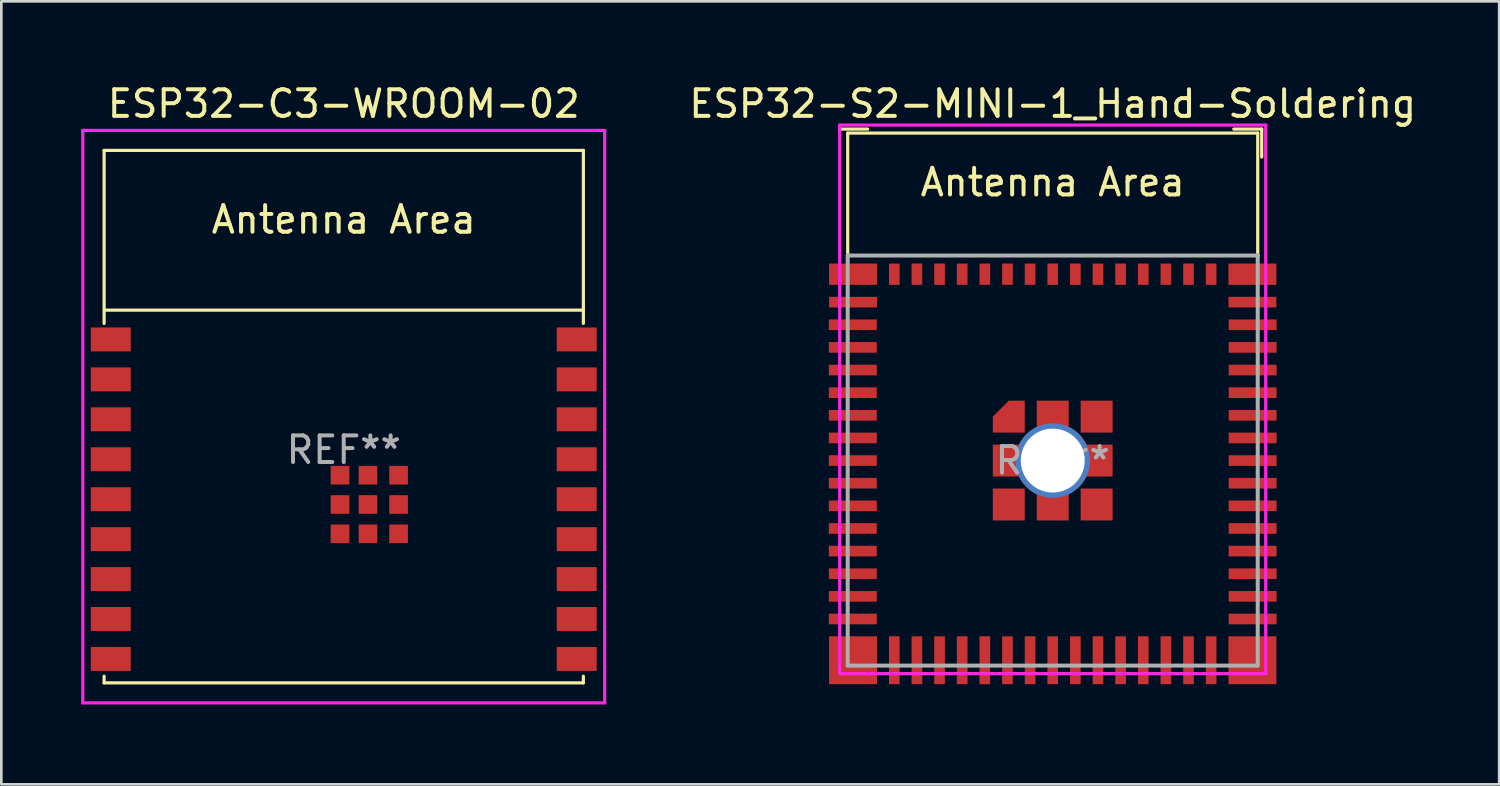
<source format=kicad_pcb>
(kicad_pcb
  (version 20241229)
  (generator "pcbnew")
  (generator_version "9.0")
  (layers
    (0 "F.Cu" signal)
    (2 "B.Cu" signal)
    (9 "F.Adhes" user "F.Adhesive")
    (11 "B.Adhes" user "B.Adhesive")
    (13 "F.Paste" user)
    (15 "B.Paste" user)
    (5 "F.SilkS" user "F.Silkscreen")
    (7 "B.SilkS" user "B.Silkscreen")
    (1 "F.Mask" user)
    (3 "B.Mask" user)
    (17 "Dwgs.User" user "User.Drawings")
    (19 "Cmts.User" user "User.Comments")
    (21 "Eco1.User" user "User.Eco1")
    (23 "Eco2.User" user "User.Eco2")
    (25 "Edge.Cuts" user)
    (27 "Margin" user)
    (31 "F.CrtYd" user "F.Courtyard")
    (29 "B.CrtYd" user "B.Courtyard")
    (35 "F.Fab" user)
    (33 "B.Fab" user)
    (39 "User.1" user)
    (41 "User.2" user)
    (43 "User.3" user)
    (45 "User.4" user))
  (footprint "ESP32-C3-WROOM-02"
    (layer "F.Cu")
    (at 9.86 13.848)
    (property "Reference" "ESP32-C3-WROOM-02" (at 0 -13 0) (layer "F.SilkS") (effects (font (size 1 1) (thickness 0.15))))
    (attr smd)
    (fp_line (start -9 -11.25) (end -9 -4.75) (stroke (width 0.12) (type solid)) (layer "F.SilkS"))
    (fp_line (start -9 -11.25) (end 9 -11.25) (stroke (width 0.12) (type solid)) (layer "F.SilkS"))
    (fp_line (start -9 8.75) (end -9 8.5) (stroke (width 0.12) (type solid)) (layer "F.SilkS"))
    (fp_line (start 9 -11.25) (end 9 -4.75) (stroke (width 0.12) (type solid)) (layer "F.SilkS"))
    (fp_line (start 9 -5.25) (end -8.95 -5.25) (stroke (width 0.12) (type solid)) (layer "F.SilkS"))
    (fp_line (start 9 8.5) (end 9 8.75) (stroke (width 0.12) (type solid)) (layer "F.SilkS"))
    (fp_line (start 9 8.75) (end -9 8.75) (stroke (width 0.12) (type solid)) (layer "F.SilkS"))
    (fp_line (start -9 -11.25) (end 9 -11.25) (stroke (width 0.12) (type solid)) (layer "Eco2.User"))
    (fp_line (start -9 -5.25) (end 9 -5.25) (stroke (width 0.12) (type solid)) (layer "Eco2.User"))
    (fp_line (start -9 8.75) (end -9 -11.25) (stroke (width 0.12) (type solid)) (layer "Eco2.User"))
    (fp_line (start 9 -11.25) (end 9 8.75) (stroke (width 0.12) (type solid)) (layer "Eco2.User"))
    (fp_line (start 9 8.75) (end -9 8.75) (stroke (width 0.12) (type solid)) (layer "Eco2.User"))
    (fp_line (start -9.8 -12) (end -9.8 9.5) (stroke (width 0.12) (type solid)) (layer "F.CrtYd"))
    (fp_line (start 9.8 -12) (end -9.8 -12) (stroke (width 0.12) (type solid)) (layer "F.CrtYd"))
    (fp_line (start 9.8 9.5) (end -9.8 9.5) (stroke (width 0.12) (type solid)) (layer "F.CrtYd"))
    (fp_line (start 9.8 9.5) (end 9.8 -12) (stroke (width 0.12) (type solid)) (layer "F.CrtYd"))
    (fp_text user "Antenna Area" (at 0 -8.65 0) (layer "F.SilkS") (effects (font (size 1 1) (thickness 0.15))))
    (fp_text user "Antenna Area" (at 0 -8.65 0) (layer "Eco2.User") (effects (font (size 1 1) (thickness 0.15))))
    (fp_text user "REF**" (at 0 0 0) (layer "F.Fab") (effects (font (size 1 1) (thickness 0.15))))
    (pad "1" smd rect (at -8.75 -4.15) (size 1.5 0.9) (layers "F.Cu" "F.Mask" "F.Paste"))
    (pad "2" smd rect (at -8.75 -2.65) (size 1.5 0.9) (layers "F.Cu" "F.Mask" "F.Paste"))
    (pad "3" smd rect (at -8.75 -1.15) (size 1.5 0.9) (layers "F.Cu" "F.Mask" "F.Paste"))
    (pad "4" smd rect (at -8.75 0.35) (size 1.5 0.9) (layers "F.Cu" "F.Mask" "F.Paste"))
    (pad "5" smd rect (at -8.75 1.85) (size 1.5 0.9) (layers "F.Cu" "F.Mask" "F.Paste"))
    (pad "6" smd rect (at -8.75 3.35) (size 1.5 0.9) (layers "F.Cu" "F.Mask" "F.Paste"))
    (pad "7" smd rect (at -8.75 4.85) (size 1.5 0.9) (layers "F.Cu" "F.Mask" "F.Paste"))
    (pad "8" smd rect (at -8.75 6.35) (size 1.5 0.9) (layers "F.Cu" "F.Mask" "F.Paste"))
    (pad "9" smd rect (at -8.75 7.85) (size 1.5 0.9) (layers "F.Cu" "F.Mask" "F.Paste"))
    (pad "10" smd rect (at 8.75 7.85 180) (size 1.5 0.9) (layers "F.Cu" "F.Mask" "F.Paste"))
    (pad "11" smd rect (at 8.75 6.35 180) (size 1.5 0.9) (layers "F.Cu" "F.Mask" "F.Paste"))
    (pad "12" smd rect (at 8.75 4.85 180) (size 1.5 0.9) (layers "F.Cu" "F.Mask" "F.Paste"))
    (pad "13" smd rect (at 8.75 3.35 180) (size 1.5 0.9) (layers "F.Cu" "F.Mask" "F.Paste"))
    (pad "14" smd rect (at 8.75 1.85 180) (size 1.5 0.9) (layers "F.Cu" "F.Mask" "F.Paste"))
    (pad "15" smd rect (at 8.75 0.35 180) (size 1.5 0.9) (layers "F.Cu" "F.Mask" "F.Paste"))
    (pad "16" smd rect (at 8.75 -1.15 180) (size 1.5 0.9) (layers "F.Cu" "F.Mask" "F.Paste"))
    (pad "17" smd rect (at 8.75 -2.65 180) (size 1.5 0.9) (layers "F.Cu" "F.Mask" "F.Paste"))
    (pad "18" smd rect (at 8.75 -4.15 180) (size 1.5 0.9) (layers "F.Cu" "F.Mask" "F.Paste"))
    (pad "19" smd rect (at -0.14 0.95 180) (size 0.7 0.7) (layers "F.Cu" "F.Mask" "F.Paste"))
    (pad "19" smd rect (at -0.14 2.05 180) (size 0.7 0.7) (layers "F.Cu" "F.Mask" "F.Paste"))
    (pad "19" smd rect (at -0.14 3.15 180) (size 0.7 0.7) (layers "F.Cu" "F.Mask" "F.Paste"))
    (pad "19" smd rect (at 0.91 0.95 180) (size 0.7 0.7) (layers "F.Cu" "F.Mask" "F.Paste"))
    (pad "19" smd rect (at 0.91 2.05 180) (size 0.7 0.7) (layers "F.Cu" "F.Mask" "F.Paste"))
    (pad "19" smd rect (at 0.91 3.15 180) (size 0.7 0.7) (layers "F.Cu" "F.Mask" "F.Paste"))
    (pad "19" smd rect (at 2.06 0.95 180) (size 0.7 0.7) (layers "F.Cu" "F.Mask" "F.Paste"))
    (pad "19" smd rect (at 2.06 2.05 180) (size 0.7 0.7) (layers "F.Cu" "F.Mask" "F.Paste"))
    (pad "19" smd rect (at 2.06 3.15 180) (size 0.7 0.7) (layers "F.Cu" "F.Mask" "F.Paste")))
  (footprint "ESP32-S2-MINI-1_Hand-Soldering"
    (layer "F.Cu")
    (at 36.488 14.248)
    (property "Reference" "ESP32-S2-MINI-1_Hand-Soldering" (at 0 -13.4 0) (layer "F.SilkS") (effects (font (size 1 1) (thickness 0.15))))
    (attr smd)
    (fp_line (start -8 -12.45) (end -6.95 -12.45) (stroke (width 0.12) (type solid)) (layer "F.SilkS"))
    (fp_line (start -7.7 -12.3) (end -7.7 -7.7) (stroke (width 0.12) (type solid)) (layer "F.SilkS"))
    (fp_line (start -7.7 -12.3) (end 7.7 -12.3) (stroke (width 0.12) (type solid)) (layer "F.SilkS"))
    (fp_line (start 6.8 -12.45) (end 7.85 -12.45) (stroke (width 0.12) (type solid)) (layer "F.SilkS"))
    (fp_line (start 7.7 -12.3) (end 7.7 -7.7) (stroke (width 0.12) (type solid)) (layer "F.SilkS"))
    (fp_line (start 7.85 -12.45) (end 7.85 -11.4) (stroke (width 0.12) (type solid)) (layer "F.SilkS"))
    (fp_line (start -8 -12.6) (end -8 8) (stroke (width 0.12) (type solid)) (layer "F.CrtYd"))
    (fp_line (start -8 8) (end 8 8) (stroke (width 0.12) (type solid)) (layer "F.CrtYd"))
    (fp_line (start 8 -12.6) (end -8 -12.6) (stroke (width 0.12) (type solid)) (layer "F.CrtYd"))
    (fp_line (start 8 8) (end 8 -12.6) (stroke (width 0.12) (type solid)) (layer "F.CrtYd"))
    (fp_line (start -7.7 -7.7) (end -7.7 7.7) (stroke (width 0.15) (type solid)) (layer "F.Fab"))
    (fp_line (start -7.7 7.7) (end 7.7 7.7) (stroke (width 0.15) (type solid)) (layer "F.Fab"))
    (fp_line (start 7.7 -7.7) (end -7.7 -7.7) (stroke (width 0.15) (type solid)) (layer "F.Fab"))
    (fp_line (start 7.7 7.7) (end 7.7 -7.7) (stroke (width 0.15) (type solid)) (layer "F.Fab"))
    (fp_text user "Antenna Area" (at 0 -10.45 0) (layer "F.SilkS") (effects (font (size 1 1) (thickness 0.15))))
    (fp_text user "REF**" (at 0 0 0) (layer "F.Fab") (effects (font (size 1 1) (thickness 0.15))))
    (pad "1" smd rect (at -7.5 -5.95 90) (size 0.4 1.8) (layers "F.Cu" "F.Mask" "F.Paste"))
    (pad "2" smd rect (at -7.508 -5.1 90) (size 0.4 1.8) (layers "F.Cu" "F.Mask" "F.Paste"))
    (pad "3" smd rect (at -7.508 -4.25 90) (size 0.4 1.8) (layers "F.Cu" "F.Mask" "F.Paste"))
    (pad "4" smd rect (at -7.508 -3.4 90) (size 0.4 1.8) (layers "F.Cu" "F.Mask" "F.Paste"))
    (pad "5" smd rect (at -7.508 -2.55 90) (size 0.4 1.8) (layers "F.Cu" "F.Mask" "F.Paste"))
    (pad "6" smd rect (at -7.508 -1.7 90) (size 0.4 1.8) (layers "F.Cu" "F.Mask" "F.Paste"))
    (pad "7" smd rect (at -7.508 -0.85 90) (size 0.4 1.8) (layers "F.Cu" "F.Mask" "F.Paste"))
    (pad "8" smd rect (at -7.508 0 90) (size 0.4 1.8) (layers "F.Cu" "F.Mask" "F.Paste"))
    (pad "9" smd rect (at -7.508 0.85 90) (size 0.4 1.8) (layers "F.Cu" "F.Mask" "F.Paste"))
    (pad "10" smd rect (at -7.508 1.7 90) (size 0.4 1.8) (layers "F.Cu" "F.Mask" "F.Paste"))
    (pad "11" smd rect (at -7.508 2.55 90) (size 0.4 1.8) (layers "F.Cu" "F.Mask" "F.Paste"))
    (pad "12" smd rect (at -7.508 3.4 90) (size 0.4 1.8) (layers "F.Cu" "F.Mask" "F.Paste"))
    (pad "13" smd rect (at -7.508 4.25 90) (size 0.4 1.8) (layers "F.Cu" "F.Mask" "F.Paste"))
    (pad "14" smd rect (at -7.508 5.1 90) (size 0.4 1.8) (layers "F.Cu" "F.Mask" "F.Paste"))
    (pad "15" smd rect (at -7.508 5.95 90) (size 0.4 1.8) (layers "F.Cu" "F.Mask" "F.Paste"))
    (pad "16" smd rect (at -5.95 7.5) (size 0.4 1.8) (layers "F.Cu" "F.Mask" "F.Paste"))
    (pad "17" smd rect (at -5.1 7.5) (size 0.4 1.8) (layers "F.Cu" "F.Mask" "F.Paste"))
    (pad "18" smd rect (at -4.25 7.5) (size 0.4 1.8) (layers "F.Cu" "F.Mask" "F.Paste"))
    (pad "19" smd rect (at -3.4 7.5) (size 0.4 1.8) (layers "F.Cu" "F.Mask" "F.Paste"))
    (pad "20" smd rect (at -2.55 7.5) (size 0.4 1.8) (layers "F.Cu" "F.Mask" "F.Paste"))
    (pad "21" smd rect (at -1.7 7.5) (size 0.4 1.8) (layers "F.Cu" "F.Mask" "F.Paste"))
    (pad "22" smd rect (at -0.85 7.5) (size 0.4 1.8) (layers "F.Cu" "F.Mask" "F.Paste"))
    (pad "23" smd rect (at 0 7.5) (size 0.4 1.8) (layers "F.Cu" "F.Mask" "F.Paste"))
    (pad "24" smd rect (at 0.85 7.5) (size 0.4 1.8) (layers "F.Cu" "F.Mask" "F.Paste"))
    (pad "25" smd rect (at 1.7 7.5) (size 0.4 1.8) (layers "F.Cu" "F.Mask" "F.Paste"))
    (pad "26" smd rect (at 2.55 7.5) (size 0.4 1.8) (layers "F.Cu" "F.Mask" "F.Paste"))
    (pad "27" smd rect (at 3.4 7.5) (size 0.4 1.8) (layers "F.Cu" "F.Mask" "F.Paste"))
    (pad "28" smd rect (at 4.25 7.5) (size 0.4 1.8) (layers "F.Cu" "F.Mask" "F.Paste"))
    (pad "29" smd rect (at 5.1 7.5) (size 0.4 1.8) (layers "F.Cu" "F.Mask" "F.Paste"))
    (pad "30" smd rect (at 5.95 7.5) (size 0.4 1.8) (layers "F.Cu" "F.Mask" "F.Paste"))
    (pad "31" smd rect (at 7.508 5.95 90) (size 0.4 1.8) (layers "F.Cu" "F.Mask" "F.Paste"))
    (pad "32" smd rect (at 7.508 5.1 90) (size 0.4 1.8) (layers "F.Cu" "F.Mask" "F.Paste"))
    (pad "33" smd rect (at 7.508 4.25 90) (size 0.4 1.8) (layers "F.Cu" "F.Mask" "F.Paste"))
    (pad "34" smd rect (at 7.508 3.4 90) (size 0.4 1.8) (layers "F.Cu" "F.Mask" "F.Paste"))
    (pad "35" smd rect (at 7.508 2.55 90) (size 0.4 1.8) (layers "F.Cu" "F.Mask" "F.Paste"))
    (pad "36" smd rect (at 7.508 1.7 90) (size 0.4 1.8) (layers "F.Cu" "F.Mask" "F.Paste"))
    (pad "37" smd rect (at 7.508 0.85 90) (size 0.4 1.8) (layers "F.Cu" "F.Mask" "F.Paste"))
    (pad "38" smd rect (at 7.508 0 90) (size 0.4 1.8) (layers "F.Cu" "F.Mask" "F.Paste"))
    (pad "39" smd rect (at 7.508 -0.85 90) (size 0.4 1.8) (layers "F.Cu" "F.Mask" "F.Paste"))
    (pad "40" smd rect (at 7.508 -1.7 90) (size 0.4 1.8) (layers "F.Cu" "F.Mask" "F.Paste"))
    (pad "41" smd rect (at 7.508 -2.55 90) (size 0.4 1.8) (layers "F.Cu" "F.Mask" "F.Paste"))
    (pad "42" smd rect (at 7.508 -3.4 90) (size 0.4 1.8) (layers "F.Cu" "F.Mask" "F.Paste"))
    (pad "43" smd rect (at 7.508 -4.25 90) (size 0.4 1.8) (layers "F.Cu" "F.Mask" "F.Paste"))
    (pad "44" smd rect (at 7.508 -5.1 90) (size 0.4 1.8) (layers "F.Cu" "F.Mask" "F.Paste"))
    (pad "45" smd rect (at 7.5 -5.95 90) (size 0.4 1.8) (layers "F.Cu" "F.Mask" "F.Paste"))
    (pad "46" smd rect (at -7.5 -7 180) (size 1.8 0.8) (layers "F.Cu" "F.Mask" "F.Paste"))
    (pad "46" smd rect (at -7.5 7.5 180) (size 1.8 1.8) (layers "F.Cu" "F.Mask" "F.Paste"))
    (pad "46" smd rect (at -5.95 -7) (size 0.4 0.8) (layers "F.Cu" "F.Mask" "F.Paste"))
    (pad "46" smd rect (at -5.1 -7) (size 0.4 0.8) (layers "F.Cu" "F.Mask" "F.Paste"))
    (pad "46" smd rect (at -4.25 -7) (size 0.4 0.8) (layers "F.Cu" "F.Mask" "F.Paste"))
    (pad "46" smd rect (at -3.4 -7) (size 0.4 0.8) (layers "F.Cu" "F.Mask" "F.Paste"))
    (pad "46" smd rect (at -2.55 -7) (size 0.4 0.8) (layers "F.Cu" "F.Mask" "F.Paste"))
    (pad "46" smd rect (at -1.7 -7) (size 0.4 0.8) (layers "F.Cu" "F.Mask" "F.Paste"))
    (pad "46" smd custom (at -1.65 -1.65) (size 0.6 0.6) (layers "F.Cu" "F.Mask" "F.Paste") (options (anchor rect)) (primitives (gr_poly (pts (xy 0.6 0.6) (xy -0.6 0.6) (xy -0.6 0) (xy 0 -0.6) (xy 0.6 -0.6)) (width 0) (fill yes))))
    (pad "46" smd rect (at -1.65 0) (size 1.2 1.2) (layers "F.Cu" "F.Mask" "F.Paste"))
    (pad "46" smd rect (at -1.65 1.65) (size 1.2 1.2) (layers "F.Cu" "F.Mask" "F.Paste"))
    (pad "46" smd rect (at -0.85 -7) (size 0.4 0.8) (layers "F.Cu" "F.Mask" "F.Paste"))
    (pad "46" smd rect (at 0 -7) (size 0.4 0.8) (layers "F.Cu" "F.Mask" "F.Paste"))
    (pad "46" smd rect (at 0 -1.65) (size 1.2 1.2) (layers "F.Cu" "F.Mask" "F.Paste"))
    (pad "46" thru_hole circle (at 0 0) (size 2.8 2.8) (drill 2.4) (layers "*.Cu" "*.Mask"))
    (pad "46" smd rect (at 0 1.65) (size 1.2 1.2) (layers "F.Cu" "F.Mask" "F.Paste"))
    (pad "46" smd rect (at 0.85 -7) (size 0.4 0.8) (layers "F.Cu" "F.Mask" "F.Paste"))
    (pad "46" smd rect (at 1.65 -1.65) (size 1.2 1.2) (layers "F.Cu" "F.Mask" "F.Paste"))
    (pad "46" smd rect (at 1.65 0) (size 1.2 1.2) (layers "F.Cu" "F.Mask" "F.Paste"))
    (pad "46" smd rect (at 1.65 1.65) (size 1.2 1.2) (layers "F.Cu" "F.Mask" "F.Paste"))
    (pad "46" smd rect (at 1.7 -7) (size 0.4 0.8) (layers "F.Cu" "F.Mask" "F.Paste"))
    (pad "46" smd rect (at 2.55 -7) (size 0.4 0.8) (layers "F.Cu" "F.Mask" "F.Paste"))
    (pad "46" smd rect (at 3.4 -7) (size 0.4 0.8) (layers "F.Cu" "F.Mask" "F.Paste"))
    (pad "46" smd rect (at 4.25 -7) (size 0.4 0.8) (layers "F.Cu" "F.Mask" "F.Paste"))
    (pad "46" smd rect (at 5.1 -7) (size 0.4 0.8) (layers "F.Cu" "F.Mask" "F.Paste"))
    (pad "46" smd rect (at 5.95 -7) (size 0.4 0.8) (layers "F.Cu" "F.Mask" "F.Paste"))
    (pad "46" smd rect (at 7.5 -7 180) (size 1.8 0.8) (layers "F.Cu" "F.Mask" "F.Paste"))
    (pad "46" smd rect (at 7.5 7.5 180) (size 1.8 1.8) (layers "F.Cu" "F.Mask" "F.Paste")))
  (gr_rect
    (start -3 -3)
    (end 53.256 26.408)
    (stroke (width 0.1) (type default))
    (fill no)
    (layer "Edge.Cuts")))
</source>
